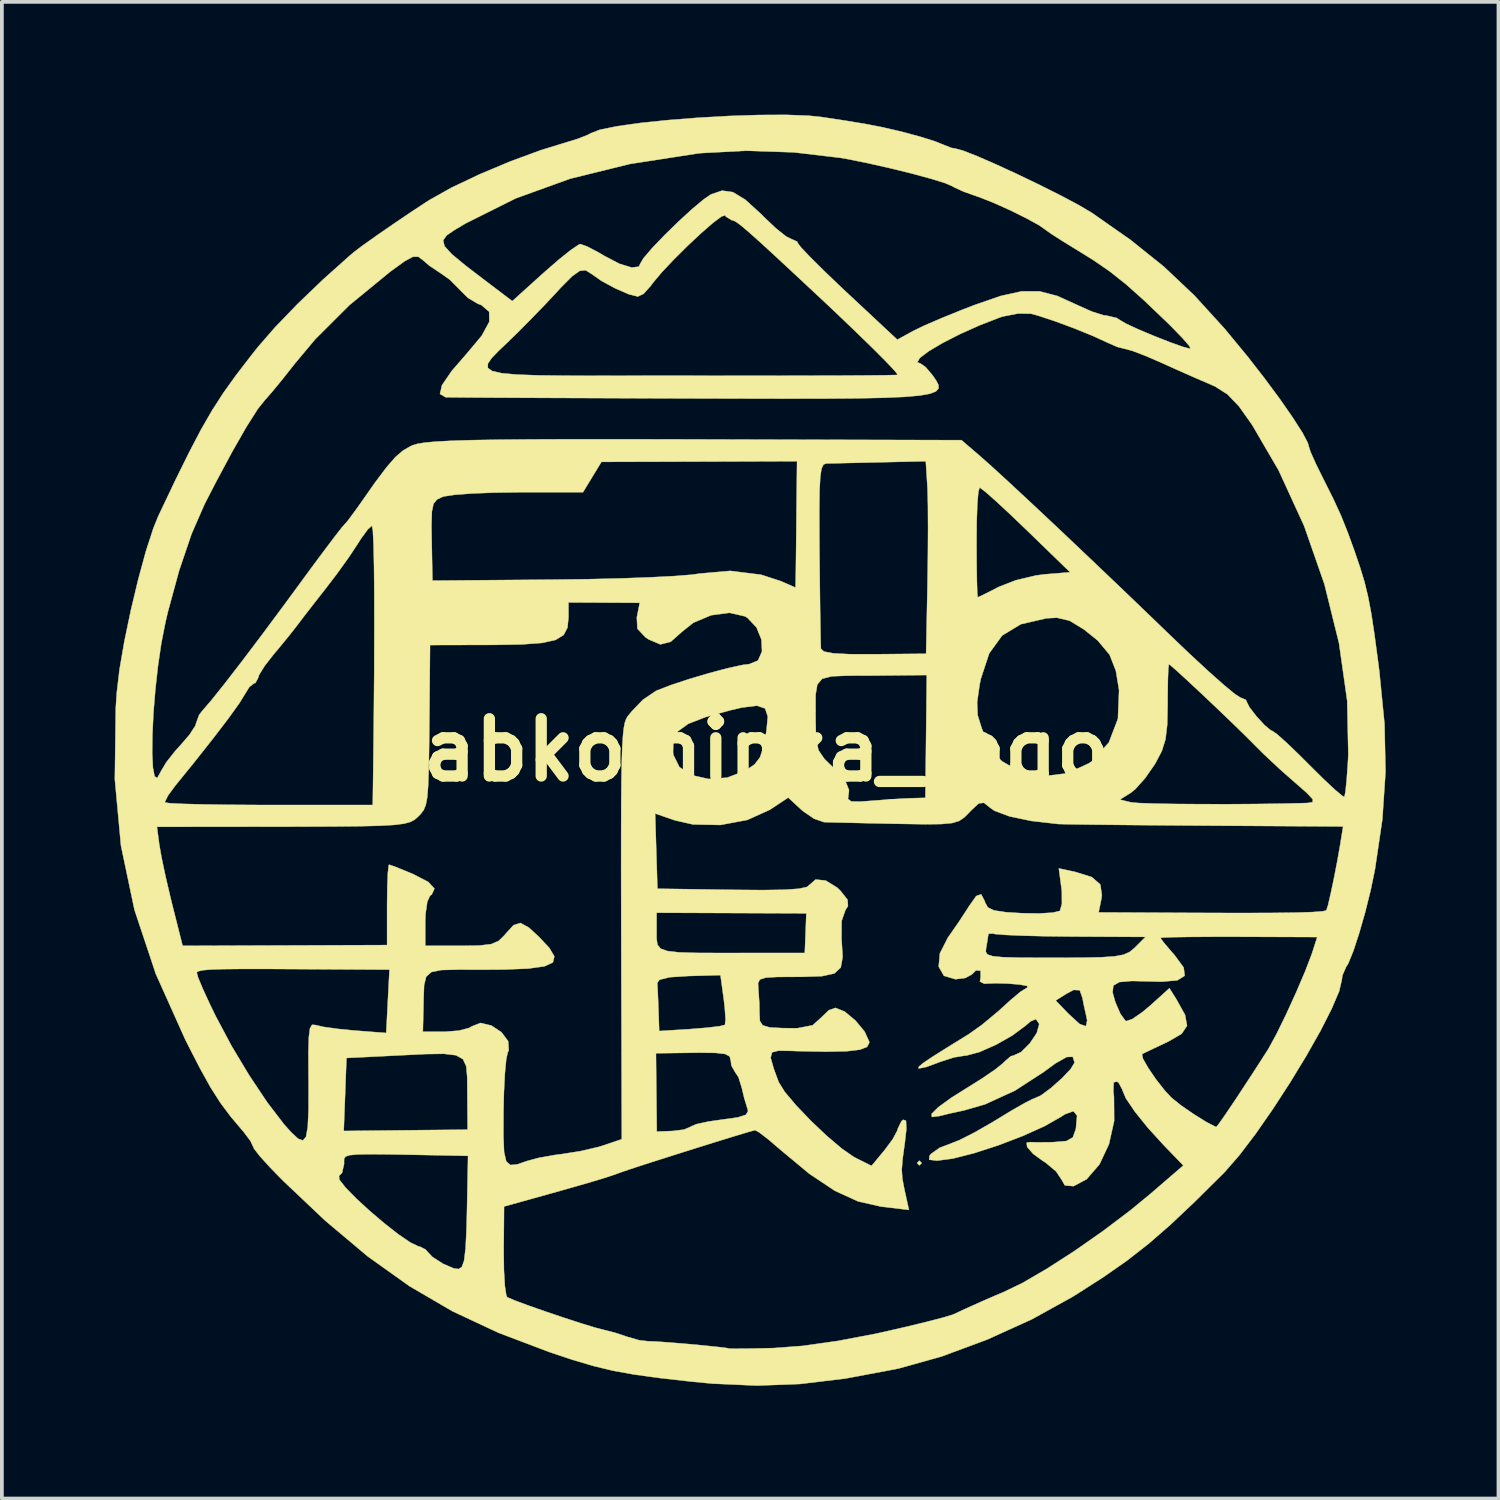
<source format=kicad_pcb>
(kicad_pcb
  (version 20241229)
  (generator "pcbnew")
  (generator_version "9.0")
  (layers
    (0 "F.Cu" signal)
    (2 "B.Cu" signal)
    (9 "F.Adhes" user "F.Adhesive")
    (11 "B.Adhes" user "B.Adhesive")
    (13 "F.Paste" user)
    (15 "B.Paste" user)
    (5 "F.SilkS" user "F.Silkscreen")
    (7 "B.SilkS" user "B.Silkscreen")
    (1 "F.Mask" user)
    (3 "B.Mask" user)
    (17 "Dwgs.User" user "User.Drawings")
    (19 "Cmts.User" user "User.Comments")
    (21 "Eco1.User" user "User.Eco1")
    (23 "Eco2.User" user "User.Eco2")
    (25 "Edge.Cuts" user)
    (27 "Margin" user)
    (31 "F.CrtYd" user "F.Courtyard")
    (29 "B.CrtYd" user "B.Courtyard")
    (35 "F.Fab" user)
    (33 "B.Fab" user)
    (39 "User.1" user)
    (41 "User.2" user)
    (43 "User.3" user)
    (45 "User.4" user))
  (footprint "fabkominka_logo"
    (layer "F.Cu")
    (at 16.899 16.904)
    (property "Reference" "fabkominka_logo" (at 0 0 0) (layer "F.SilkS") (effects (font (size 1.524 1.524) (thickness 0.3))))
    (attr through_hole)
    (fp_poly (pts (xy 4.572 10.986) (xy 4.508 11.049) (xy 4.445 10.986) (xy 4.508 10.922) (xy 4.572 10.986)) (stroke (width 0.01) (type solid)) (fill yes) (layer "F.SilkS"))
    (fp_poly (pts (xy 1.568 -16.876) (xy 1.905 -16.841) (xy 2.58 -16.739) (xy 3.083 -16.655) (xy 3.495 -16.575) (xy 3.895 -16.484) (xy 4.128 -16.427) (xy 4.571 -16.306) (xy 4.938 -16.189) (xy 5.11 -16.119) (xy 5.361 -16.02) (xy 5.466 -16.002) (xy 5.67 -15.947) (xy 6.048 -15.799) (xy 6.548 -15.581) (xy 7.119 -15.318) (xy 7.709 -15.034) (xy 8.268 -14.754) (xy 8.744 -14.501) (xy 9.086 -14.299) (xy 9.102 -14.289) (xy 10.126 -13.572) (xy 11.01 -12.863) (xy 11.821 -12.097) (xy 12.628 -11.211) (xy 13.234 -10.477) (xy 13.683 -9.9) (xy 14.097 -9.341) (xy 14.446 -8.839) (xy 14.704 -8.435) (xy 14.843 -8.17) (xy 14.859 -8.106) (xy 14.913 -7.936) (xy 15.056 -7.615) (xy 15.23 -7.262) (xy 15.516 -6.692) (xy 15.728 -6.231) (xy 15.913 -5.767) (xy 16.07 -5.334) (xy 16.227 -4.876) (xy 16.348 -4.48) (xy 16.444 -4.086) (xy 16.53 -3.634) (xy 16.616 -3.063) (xy 16.716 -2.315) (xy 16.744 -2.095) (xy 16.882 -0.697) (xy 16.909 0.579) (xy 16.825 1.84) (xy 16.628 3.175) (xy 16.515 3.723) (xy 16.369 4.31) (xy 16.208 4.872) (xy 16.052 5.348) (xy 15.919 5.675) (xy 15.859 5.772) (xy 15.76 5.998) (xy 15.748 6.104) (xy 15.676 6.414) (xy 15.476 6.884) (xy 15.175 7.475) (xy 14.796 8.144) (xy 14.366 8.85) (xy 13.91 9.552) (xy 13.454 10.208) (xy 13.022 10.776) (xy 12.639 11.216) (xy 12.603 11.253) (xy 11.837 12.013) (xy 11.187 12.627) (xy 10.602 13.136) (xy 10.028 13.584) (xy 9.414 14.013) (xy 8.707 14.466) (xy 8.572 14.55) (xy 7.501 15.142) (xy 6.311 15.682) (xy 5.1 16.131) (xy 3.967 16.448) (xy 3.873 16.468) (xy 2.533 16.719) (xy 1.333 16.863) (xy 0.188 16.906) (xy -0.99 16.854) (xy -1.524 16.803) (xy -2.388 16.706) (xy -3.068 16.613) (xy -3.637 16.511) (xy -4.164 16.384) (xy -4.72 16.219) (xy -5.334 16.014) (xy -6.691 15.5) (xy -7.915 14.927) (xy -9.056 14.261) (xy -10.167 13.469) (xy -11.299 12.517) (xy -12.409 11.466) (xy -12.546 11.327) (xy -10.93 11.327) (xy -10.923 11.426) (xy -10.756 11.639) (xy -10.472 11.929) (xy -10.114 12.258) (xy -9.726 12.588) (xy -9.352 12.881) (xy -9.033 13.099) (xy -8.814 13.204) (xy -8.782 13.208) (xy -8.624 13.287) (xy -8.615 13.303) (xy -8.448 13.482) (xy -8.162 13.666) (xy -7.875 13.789) (xy -7.747 13.805) (xy -7.662 13.748) (xy -7.603 13.581) (xy -7.571 13.316) (xy -6.55 13.316) (xy -6.543 13.836) (xy -6.519 14.253) (xy -6.48 14.507) (xy -6.456 14.554) (xy -6.27 14.635) (xy -5.911 14.769) (xy -5.446 14.932) (xy -4.943 15.102) (xy -4.472 15.255) (xy -4.101 15.368) (xy -3.921 15.414) (xy -3.565 15.506) (xy -3.281 15.602) (xy -2.945 15.699) (xy -2.709 15.726) (xy -2.501 15.733) (xy -2.14 15.759) (xy -1.697 15.795) (xy -1.246 15.837) (xy -0.858 15.877) (xy -0.606 15.908) (xy -0.551 15.921) (xy -0.424 15.925) (xy -0.1 15.923) (xy 0.361 15.914) (xy 0.619 15.908) (xy 1.401 15.85) (xy 2.337 15.718) (xy 3.346 15.526) (xy 3.491 15.494) (xy 4.136 15.347) (xy 4.705 15.209) (xy 5.144 15.095) (xy 5.401 15.017) (xy 5.432 15.004) (xy 5.744 14.858) (xy 6.16 14.671) (xy 6.553 14.5) (xy 6.731 14.426) (xy 7.251 14.176) (xy 7.906 13.794) (xy 8.641 13.32) (xy 9.399 12.79) (xy 10.125 12.241) (xy 10.657 11.803) (xy 11.53 11.05) (xy 11.004 10.505) (xy 10.585 10.045) (xy 10.239 9.615) (xy 10.001 9.263) (xy 9.906 9.038) (xy 9.906 9.03) (xy 9.813 8.855) (xy 9.763 8.817) (xy 9.677 8.839) (xy 9.669 9.078) (xy 9.685 9.222) (xy 9.69 9.865) (xy 9.552 10.484) (xy 9.299 11.022) (xy 8.957 11.417) (xy 8.609 11.601) (xy 8.378 11.58) (xy 8.291 11.426) (xy 8.145 11.208) (xy 7.866 10.974) (xy 7.797 10.931) (xy 7.533 10.739) (xy 7.376 10.559) (xy 7.361 10.443) (xy 7.461 10.429) (xy 7.639 10.435) (xy 7.965 10.432) (xy 8.081 10.429) (xy 8.423 10.399) (xy 8.591 10.303) (xy 8.668 10.089) (xy 8.673 10.065) (xy 8.703 9.726) (xy 8.609 9.605) (xy 8.378 9.689) (xy 8.278 9.754) (xy 7.843 10.002) (xy 7.264 10.263) (xy 6.614 10.512) (xy 5.967 10.722) (xy 5.398 10.867) (xy 4.979 10.922) (xy 4.978 10.922) (xy 4.769 10.897) (xy 4.777 10.795) (xy 4.816 10.744) (xy 5.047 10.58) (xy 5.307 10.481) (xy 5.576 10.375) (xy 5.98 10.17) (xy 6.443 9.904) (xy 6.558 9.834) (xy 6.983 9.576) (xy 7.325 9.381) (xy 7.528 9.279) (xy 7.555 9.271) (xy 7.739 9.189) (xy 8.012 8.987) (xy 8.301 8.73) (xy 8.534 8.484) (xy 8.636 8.314) (xy 8.636 8.308) (xy 8.588 8.158) (xy 8.427 8.165) (xy 8.127 8.335) (xy 7.807 8.569) (xy 7.051 9.059) (xy 6.254 9.424) (xy 5.696 9.585) (xy 5.334 9.663) (xy 5.052 9.733) (xy 5.048 9.734) (xy 4.84 9.761) (xy 4.834 9.677) (xy 5.011 9.501) (xy 5.354 9.251) (xy 5.747 9.004) (xy 6.182 8.732) (xy 6.534 8.491) (xy 6.742 8.323) (xy 6.769 8.291) (xy 6.941 8.143) (xy 7.008 8.128) (xy 7.216 8.032) (xy 7.446 7.802) (xy 7.63 7.528) (xy 7.695 7.301) (xy 7.688 7.268) (xy 7.608 7.157) (xy 7.468 7.215) (xy 7.331 7.333) (xy 6.982 7.592) (xy 6.542 7.841) (xy 6.104 8.034) (xy 5.759 8.126) (xy 5.716 8.128) (xy 5.426 8.176) (xy 5.055 8.295) (xy 4.993 8.32) (xy 4.69 8.431) (xy 4.503 8.469) (xy 4.483 8.463) (xy 4.498 8.418) (xy 4.614 8.322) (xy 4.862 8.155) (xy 5.271 7.898) (xy 5.825 7.556) (xy 6.172 7.309) (xy 6.608 6.947) (xy 6.923 6.661) (xy 8.135 6.661) (xy 8.473 7.013) (xy 8.772 7.287) (xy 8.938 7.346) (xy 8.972 7.191) (xy 8.948 7.073) (xy 8.878 6.761) (xy 8.848 6.597) (xy 8.795 6.445) (xy 9.648 6.445) (xy 9.721 6.705) (xy 9.855 7.014) (xy 9.986 7.196) (xy 10.011 7.21) (xy 10.171 7.156) (xy 10.442 6.97) (xy 10.651 6.795) (xy 11.16 6.335) (xy 11.345 6.628) (xy 11.577 7.046) (xy 11.629 7.332) (xy 11.486 7.547) (xy 11.136 7.751) (xy 11.089 7.774) (xy 10.738 7.939) (xy 10.496 8.055) (xy 10.431 8.087) (xy 10.453 8.204) (xy 10.592 8.449) (xy 10.8 8.755) (xy 11.034 9.053) (xy 11.216 9.249) (xy 11.464 9.448) (xy 11.804 9.683) (xy 12.141 9.893) (xy 12.384 10.018) (xy 12.408 10.026) (xy 12.484 9.931) (xy 12.665 9.671) (xy 12.919 9.294) (xy 13.039 9.112) (xy 13.335 8.66) (xy 13.593 8.262) (xy 13.768 7.988) (xy 13.799 7.938) (xy 14.007 7.557) (xy 14.266 7.028) (xy 14.535 6.438) (xy 14.775 5.875) (xy 14.946 5.428) (xy 14.963 5.376) (xy 15.092 4.974) (xy 13.007 4.966) (xy 12.312 4.966) (xy 11.715 4.97) (xy 11.258 4.977) (xy 10.983 4.987) (xy 10.922 4.996) (xy 10.998 5.105) (xy 11.192 5.335) (xy 11.301 5.459) (xy 11.54 5.785) (xy 11.567 6.003) (xy 11.372 6.125) (xy 10.945 6.162) (xy 10.72 6.156) (xy 10.167 6.142) (xy 9.829 6.171) (xy 9.668 6.265) (xy 9.648 6.445) (xy 8.795 6.445) (xy 8.775 6.388) (xy 8.613 6.38) (xy 8.417 6.484) (xy 8.135 6.661) (xy 6.923 6.661) (xy 6.936 6.649) (xy 7.194 6.432) (xy 7.391 6.31) (xy 7.37 6.272) (xy 7.172 6.237) (xy 6.872 6.212) (xy 6.546 6.202) (xy 6.27 6.213) (xy 6.238 6.217) (xy 6.119 6.158) (xy 6.138 6.042) (xy 6.137 5.871) (xy 6.015 5.859) (xy 5.905 5.969) (xy 5.733 6.062) (xy 5.468 6.096) (xy 5.162 6.005) (xy 5.022 5.76) (xy 5.055 5.405) (xy 5.074 5.369) (xy 6.275 5.369) (xy 6.322 5.438) (xy 6.459 5.483) (xy 6.724 5.509) (xy 7.154 5.521) (xy 7.787 5.524) (xy 8.102 5.524) (xy 8.832 5.522) (xy 9.353 5.511) (xy 9.708 5.486) (xy 9.942 5.442) (xy 10.1 5.371) (xy 10.225 5.269) (xy 10.247 5.247) (xy 10.524 4.97) (xy 8.549 4.96) (xy 7.862 4.952) (xy 7.265 4.937) (xy 6.802 4.917) (xy 6.522 4.894) (xy 6.462 4.88) (xy 6.349 4.886) (xy 6.341 4.914) (xy 6.311 5.114) (xy 6.283 5.271) (xy 6.275 5.369) (xy 5.074 5.369) (xy 5.269 4.985) (xy 5.292 4.953) (xy 5.553 4.578) (xy 5.788 4.219) (xy 5.824 4.16) (xy 6.02 3.883) (xy 6.152 3.836) (xy 6.246 4.015) (xy 6.257 4.053) (xy 6.328 4.184) (xy 6.495 4.265) (xy 6.814 4.313) (xy 7.231 4.339) (xy 7.694 4.346) (xy 8.056 4.324) (xy 8.243 4.279) (xy 8.248 4.275) (xy 8.3 4.091) (xy 8.298 3.765) (xy 8.286 3.657) (xy 8.218 3.147) (xy 8.649 3.239) (xy 9.095 3.378) (xy 9.322 3.575) (xy 9.364 3.866) (xy 9.349 3.962) (xy 9.277 4.318) (xy 11.782 4.33) (xy 12.921 4.334) (xy 13.821 4.332) (xy 14.498 4.324) (xy 14.966 4.309) (xy 15.241 4.288) (xy 15.335 4.264) (xy 15.379 4.128) (xy 15.452 3.813) (xy 15.541 3.39) (xy 15.63 2.93) (xy 15.704 2.508) (xy 15.781 2.032) (xy 12.113 2.009) (xy 11.162 2.002) (xy 10.285 1.995) (xy 9.517 1.987) (xy 8.891 1.98) (xy 8.444 1.973) (xy 8.21 1.967) (xy 8.191 1.966) (xy 7.482 1.884) (xy 6.904 1.763) (xy 6.506 1.614) (xy 6.393 1.535) (xy 6.226 1.402) (xy 6.088 1.418) (xy 5.888 1.603) (xy 5.841 1.653) (xy 5.704 1.791) (xy 5.566 1.885) (xy 5.38 1.941) (xy 5.096 1.968) (xy 4.665 1.973) (xy 4.04 1.963) (xy 3.873 1.96) (xy 3.23 1.947) (xy 2.662 1.934) (xy 2.226 1.924) (xy 1.981 1.917) (xy 1.967 1.916) (xy 1.706 1.825) (xy 1.404 1.618) (xy 1.366 1.584) (xy 1.02 1.264) (xy 0.529 1.588) (xy -0.068 1.858) (xy -0.784 1.992) (xy -1.513 1.978) (xy -1.991 1.87) (xy -2.521 1.687) (xy -2.46 3.688) (xy -0.469 3.717) (xy 0.337 3.724) (xy 0.918 3.715) (xy 1.301 3.688) (xy 1.514 3.642) (xy 1.582 3.588) (xy 1.748 3.443) (xy 2.018 3.471) (xy 2.323 3.659) (xy 2.41 3.743) (xy 2.598 3.981) (xy 2.609 4.15) (xy 2.543 4.251) (xy 2.44 4.544) (xy 2.437 5.031) (xy 2.441 5.073) (xy 2.467 5.505) (xy 2.417 5.784) (xy 2.249 5.942) (xy 1.921 6.014) (xy 1.391 6.032) (xy 1.243 6.032) (xy 0.728 6.035) (xy 0.419 6.054) (xy 0.265 6.103) (xy 0.217 6.2) (xy 0.225 6.35) (xy 0.251 6.735) (xy 0.255 7.017) (xy 0.266 7.208) (xy 0.34 7.322) (xy 0.528 7.378) (xy 0.883 7.397) (xy 1.266 7.398) (xy 1.669 7.32) (xy 1.884 7.127) (xy 2.1 6.92) (xy 2.278 6.858) (xy 2.522 6.956) (xy 2.807 7.193) (xy 3.05 7.486) (xy 3.172 7.751) (xy 3.175 7.786) (xy 3.117 7.896) (xy 2.925 7.97) (xy 2.571 8.012) (xy 2.025 8.023) (xy 1.26 8.008) (xy 1.1 8.002) (xy 0.764 7.996) (xy 0.588 8.041) (xy 0.552 8.186) (xy 0.637 8.483) (xy 0.767 8.835) (xy 0.928 9.093) (xy 1.232 9.454) (xy 1.624 9.863) (xy 2.048 10.265) (xy 2.449 10.604) (xy 2.77 10.827) (xy 2.805 10.845) (xy 3.236 11.06) (xy 3.583 10.642) (xy 3.8 10.349) (xy 3.923 10.12) (xy 3.934 10.072) (xy 4.032 9.871) (xy 4.078 9.834) (xy 4.153 9.859) (xy 4.162 10.087) (xy 4.123 10.43) (xy 4.063 10.872) (xy 4.04 11.161) (xy 4.055 11.396) (xy 4.108 11.675) (xy 4.135 11.799) (xy 4.231 12.232) (xy 3.488 12.144) (xy 2.881 12.007) (xy 2.259 11.723) (xy 1.581 11.271) (xy 0.825 10.643) (xy 0.5 10.365) (xy 0.251 10.173) (xy 0.138 10.11) (xy -0.036 10.158) (xy -0.395 10.266) (xy -0.886 10.417) (xy -1.452 10.594) (xy -2.038 10.779) (xy -2.589 10.954) (xy -3.049 11.103) (xy -3.363 11.208) (xy -3.429 11.232) (xy -3.651 11.311) (xy -3.911 11.395) (xy -4.253 11.498) (xy -4.721 11.633) (xy -5.36 11.813) (xy -5.905 11.965) (xy -6.54 12.141) (xy -6.55 13.316) (xy -7.571 13.316) (xy -7.564 13.265) (xy -7.539 12.76) (xy -7.527 12.286) (xy -7.498 10.795) (xy -8.035 10.784) (xy -8.941 10.766) (xy -9.625 10.754) (xy -10.117 10.75) (xy -10.448 10.757) (xy -10.651 10.777) (xy -10.756 10.813) (xy -10.794 10.868) (xy -10.797 10.944) (xy -10.795 11.007) (xy -10.849 11.245) (xy -10.93 11.327) (xy -12.546 11.327) (xy -12.766 11.101) (xy -13.041 10.798) (xy -13.192 10.603) (xy -13.208 10.564) (xy -13.285 10.4) (xy -13.472 10.151) (xy -13.494 10.126) (xy -13.819 9.741) (xy -14.091 9.376) (xy -14.349 8.97) (xy -14.631 8.462) (xy -14.976 7.79) (xy -15.02 7.702) (xy -15.806 5.95) (xy -15.818 5.912) (xy -14.716 5.912) (xy -14.684 6.038) (xy -14.559 6.339) (xy -14.363 6.765) (xy -14.212 7.075) (xy -13.791 7.867) (xy -13.318 8.655) (xy -12.838 9.374) (xy -12.392 9.956) (xy -12.195 10.175) (xy -12.019 10.338) (xy -11.892 10.385) (xy -11.809 10.289) (xy -11.781 10.132) (xy -10.805 10.132) (xy -9.158 10.114) (xy -7.51 10.097) (xy -7.517 9.119) (xy -7.52 8.704) (xy -7.546 8.411) (xy -7.633 8.222) (xy -7.819 8.118) (xy -8.14 8.08) (xy -8.636 8.087) (xy -9.342 8.122) (xy -9.461 8.128) (xy -10.732 8.191) (xy -10.768 9.162) (xy -10.805 10.132) (xy -11.781 10.132) (xy -11.762 10.025) (xy -11.741 9.566) (xy -11.74 8.886) (xy -11.742 8.664) (xy -11.745 8.042) (xy -11.733 7.634) (xy -11.703 7.402) (xy -11.648 7.308) (xy -11.563 7.313) (xy -11.562 7.313) (xy -11.339 7.364) (xy -10.951 7.418) (xy -10.521 7.46) (xy -9.675 7.525) (xy -9.632 6.683) (xy -9.588 5.841) (xy -11.938 5.827) (xy -12.84 5.822) (xy -13.52 5.822) (xy -14.011 5.827) (xy -14.344 5.838) (xy -14.553 5.856) (xy -14.668 5.883) (xy -14.716 5.912) (xy -15.818 5.912) (xy -16.372 4.249) (xy -16.731 2.543) (xy -16.777 2.041) (xy -15.774 2.041) (xy -15.712 2.513) (xy -15.652 2.855) (xy -15.547 3.352) (xy -15.416 3.913) (xy -15.371 4.096) (xy -15.091 5.207) (xy -12.372 5.197) (xy -9.652 5.187) (xy -9.652 4.117) (xy -9.646 3.632) (xy -9.631 3.262) (xy -9.608 3.065) (xy -9.599 3.048) (xy -9.462 3.094) (xy -9.17 3.211) (xy -8.964 3.297) (xy -8.556 3.507) (xy -8.392 3.685) (xy -8.463 3.842) (xy -8.509 3.873) (xy -8.583 4.036) (xy -8.629 4.363) (xy -8.636 4.579) (xy -8.636 5.207) (xy -7.693 5.207) (xy -7.196 5.199) (xy -6.883 5.162) (xy -6.685 5.078) (xy -6.53 4.927) (xy -6.5 4.889) (xy -6.288 4.657) (xy -6.105 4.599) (xy -5.882 4.72) (xy -5.612 4.968) (xy -5.332 5.267) (xy -5.202 5.49) (xy -5.24 5.649) (xy -5.464 5.752) (xy -5.892 5.812) (xy -6.542 5.838) (xy -7.122 5.842) (xy -7.77 5.84) (xy -8.206 5.851) (xy -8.473 5.905) (xy -8.612 6.029) (xy -8.667 6.253) (xy -8.68 6.603) (xy -8.685 6.889) (xy -8.7 7.492) (xy -8.122 7.493) (xy -7.741 7.463) (xy -7.461 7.389) (xy -7.401 7.35) (xy -7.164 7.259) (xy -6.876 7.328) (xy -6.608 7.506) (xy -6.431 7.743) (xy -6.415 7.987) (xy -6.441 8.038) (xy -6.482 8.221) (xy -6.518 8.6) (xy -6.544 9.116) (xy -6.555 9.62) (xy -6.557 10.268) (xy -6.539 10.696) (xy -6.482 10.941) (xy -6.371 11.038) (xy -6.188 11.021) (xy -5.934 10.933) (xy -5.625 10.849) (xy -5.195 10.772) (xy -4.995 10.746) (xy -4.503 10.668) (xy -4.024 10.556) (xy -3.885 10.513) (xy -3.408 10.351) (xy -3.412 8.954) (xy -3.414 8.065) (xy -2.499 8.065) (xy -2.477 10.148) (xy -2.058 10.133) (xy -1.754 10.096) (xy -1.583 10.024) (xy -1.578 10.018) (xy -1.428 9.952) (xy -1.102 9.881) (xy -0.751 9.831) (xy -0.326 9.772) (xy -0.108 9.703) (xy -0.049 9.605) (xy -0.065 9.54) (xy -0.15 9.261) (xy -0.216 8.983) (xy -0.304 8.702) (xy -0.397 8.562) (xy -0.493 8.392) (xy -0.508 8.266) (xy -0.536 8.152) (xy -0.655 8.085) (xy -0.914 8.055) (xy -1.364 8.05) (xy -1.504 8.052) (xy -2.499 8.065) (xy -3.414 8.065) (xy -3.417 7.164) (xy -3.42 6.191) (xy -2.464 6.191) (xy -2.452 6.41) (xy -2.437 6.768) (xy -2.432 6.912) (xy -2.413 7.474) (xy -1.566 7.42) (xy -1.129 7.384) (xy -0.805 7.345) (xy -0.664 7.31) (xy -0.648 7.164) (xy -0.669 6.85) (xy -0.696 6.621) (xy -0.783 5.987) (xy -1.63 6.01) (xy -2.133 6.042) (xy -2.403 6.109) (xy -2.464 6.191) (xy -3.42 6.191) (xy -3.421 5.611) (xy -3.423 4.826) (xy -2.482 4.826) (xy -2.482 5.031) (xy -2.457 5.181) (xy -2.372 5.283) (xy -2.194 5.346) (xy -1.886 5.381) (xy -1.414 5.395) (xy -0.743 5.398) (xy -0.254 5.397) (xy 1.46 5.397) (xy 1.481 4.87) (xy 1.501 4.343) (xy -0.491 4.335) (xy -2.482 4.327) (xy -2.482 4.826) (xy -3.423 4.826) (xy -3.424 4.278) (xy -3.426 3.146) (xy -3.425 2.199) (xy -3.423 1.419) (xy -3.417 0.788) (xy -3.408 0.29) (xy -3.4 0.056) (xy -2.044 0.056) (xy -2.036 0.127) (xy -1.876 0.451) (xy -1.542 0.669) (xy -1.098 0.768) (xy -0.605 0.733) (xy -0.127 0.551) (xy -0.115 0.544) (xy 0.123 0.382) (xy 0.269 0.193) (xy 0.365 -0.099) (xy 0.44 -0.508) (xy 0.476 -0.891) (xy 0.427 -1.04) (xy 1.747 -1.04) (xy 1.749 -0.713) (xy 1.761 -0.277) (xy 1.826 0.006) (xy 1.984 0.237) (xy 2.221 0.467) (xy 2.531 0.802) (xy 2.637 1.063) (xy 2.627 1.154) (xy 2.61 1.299) (xy 2.697 1.366) (xy 2.944 1.37) (xy 3.217 1.35) (xy 3.632 1.318) (xy 9.842 1.318) (xy 10.136 1.389) (xy 10.341 1.408) (xy 10.752 1.423) (xy 11.319 1.433) (xy 11.993 1.438) (xy 12.727 1.439) (xy 13.47 1.434) (xy 14.174 1.424) (xy 14.791 1.409) (xy 14.835 1.407) (xy 14.972 1.384) (xy 14.97 1.304) (xy 14.808 1.132) (xy 14.517 0.878) (xy 14.095 0.506) (xy 13.672 0.11) (xy 13.455 -0.106) (xy 13.184 -0.378) (xy 12.825 -0.728) (xy 12.419 -1.117) (xy 12.009 -1.505) (xy 11.636 -1.853) (xy 11.343 -2.121) (xy 11.172 -2.269) (xy 11.146 -2.286) (xy 11.131 -2.169) (xy 11.119 -1.857) (xy 11.113 -1.409) (xy 11.113 -1.238) (xy 11.102 -0.68) (xy 11.056 -0.288) (xy 10.958 0.026) (xy 10.788 0.349) (xy 10.769 0.381) (xy 10.512 0.75) (xy 10.248 1.044) (xy 10.134 1.135) (xy 9.842 1.318) (xy 3.632 1.318) (xy 3.688 1.313) (xy 4.123 1.287) (xy 4.271 1.281) (xy 4.668 1.27) (xy 4.697 -1.27) (xy 6.044 -1.27) (xy 6.06 -0.924) (xy 6.169 -0.575) (xy 6.211 -0.477) (xy 6.411 -0.091) (xy 6.633 0.223) (xy 6.701 0.293) (xy 7.208 0.588) (xy 7.814 0.695) (xy 8.443 0.617) (xy 9.02 0.351) (xy 9.099 0.295) (xy 9.548 -0.2) (xy 9.79 -0.833) (xy 9.821 -1.593) (xy 9.735 -2.113) (xy 9.568 -2.538) (xy 9.251 -2.917) (xy 8.883 -3.212) (xy 8.505 -3.442) (xy 8.169 -3.521) (xy 7.888 -3.506) (xy 7.209 -3.349) (xy 6.711 -3.048) (xy 6.366 -2.572) (xy 6.142 -1.893) (xy 6.11 -1.735) (xy 6.044 -1.27) (xy 4.697 -1.27) (xy 4.705 -1.996) (xy 3.241 -1.982) (xy 2.605 -1.98) (xy 2.179 -1.963) (xy 1.923 -1.897) (xy 1.793 -1.745) (xy 1.748 -1.471) (xy 1.747 -1.04) (xy 0.427 -1.04) (xy 0.404 -1.108) (xy 0.187 -1.181) (xy -0.21 -1.132) (xy -0.514 -1.061) (xy -1.187 -0.875) (xy -1.642 -0.698) (xy -1.913 -0.501) (xy -2.036 -0.259) (xy -2.044 0.056) (xy -3.4 0.056) (xy -3.395 -0.093) (xy -3.377 -0.378) (xy -3.355 -0.583) (xy -3.328 -0.725) (xy -3.295 -0.822) (xy -3.256 -0.89) (xy -3.21 -0.948) (xy -3.158 -1.012) (xy -3.147 -1.027) (xy -2.845 -1.34) (xy -2.5 -1.574) (xy -2.478 -1.584) (xy -2.106 -1.728) (xy -1.615 -1.89) (xy -1.082 -2.048) (xy -0.581 -2.181) (xy -0.19 -2.266) (xy -0.021 -2.286) (xy 0.215 -2.382) (xy 0.322 -2.624) (xy 0.307 -2.94) (xy 0.176 -3.262) (xy -0.065 -3.518) (xy -0.13 -3.558) (xy -0.542 -3.652) (xy -1.033 -3.587) (xy -1.506 -3.387) (xy -1.793 -3.159) (xy -2.109 -2.88) (xy -2.382 -2.812) (xy -2.692 -2.943) (xy -2.778 -3.001) (xy -2.993 -3.228) (xy -3.008 -3.53) (xy -3.002 -3.563) (xy -2.931 -3.918) (xy -3.879 -3.923) (xy -4.826 -3.928) (xy -4.826 -3.534) (xy -4.852 -3.26) (xy -4.954 -3.063) (xy -5.167 -2.931) (xy -5.526 -2.851) (xy -6.065 -2.811) (xy -6.82 -2.798) (xy -6.89 -2.798) (xy -8.509 -2.794) (xy -8.525 -1.016) (xy -8.533 -0.16) (xy -8.543 0.479) (xy -8.558 0.938) (xy -8.583 1.252) (xy -8.622 1.459) (xy -8.678 1.596) (xy -8.756 1.698) (xy -8.83 1.774) (xy -8.919 1.852) (xy -9.033 1.912) (xy -9.202 1.958) (xy -9.457 1.99) (xy -9.83 2.012) (xy -10.35 2.025) (xy -11.049 2.032) (xy -11.958 2.036) (xy -12.431 2.037) (xy -15.774 2.041) (xy -16.777 2.041) (xy -16.839 1.375) (xy -15.561 1.375) (xy -15.559 1.395) (xy -15.426 1.414) (xy -15.076 1.431) (xy -14.546 1.445) (xy -13.875 1.455) (xy -13.099 1.46) (xy -12.776 1.46) (xy -10.033 1.46) (xy -10.022 0.635) (xy -10.006 -0.754) (xy -9.995 -2.018) (xy -9.991 -3.141) (xy -9.992 -4.102) (xy -9.999 -4.884) (xy -10.012 -5.468) (xy -10.03 -5.836) (xy -10.053 -5.969) (xy -10.054 -5.969) (xy -10.166 -5.87) (xy -10.347 -5.622) (xy -10.429 -5.493) (xy -10.664 -5.137) (xy -10.984 -4.691) (xy -11.269 -4.318) (xy -11.583 -3.917) (xy -11.864 -3.555) (xy -12.038 -3.325) (xy -12.254 -3.049) (xy -12.544 -2.695) (xy -12.668 -2.548) (xy -12.908 -2.241) (xy -13.057 -1.999) (xy -13.081 -1.921) (xy -13.155 -1.785) (xy -13.188 -1.778) (xy -13.317 -1.677) (xy -13.431 -1.492) (xy -13.583 -1.246) (xy -13.876 -0.838) (xy -14.288 -0.3) (xy -14.793 0.339) (xy -15.289 0.95) (xy -15.478 1.207) (xy -15.561 1.375) (xy -16.839 1.375) (xy -16.894 0.776) (xy -16.885 0.091) (xy -15.9 0.091) (xy -15.881 0.469) (xy -15.837 0.698) (xy -15.767 0.744) (xy -15.671 0.573) (xy -15.666 0.561) (xy -15.526 0.325) (xy -15.278 0.012) (xy -15.154 -0.123) (xy -14.905 -0.413) (xy -14.753 -0.647) (xy -14.732 -0.717) (xy -14.652 -0.935) (xy -14.573 -1.039) (xy -14.337 -1.312) (xy -13.978 -1.761) (xy -13.518 -2.356) (xy -12.981 -3.066) (xy -12.39 -3.862) (xy -12.055 -4.318) (xy -11.651 -4.869) (xy -11.296 -5.346) (xy -11.02 -5.711) (xy -10.851 -5.927) (xy -10.813 -5.969) (xy -10.796 -5.988) (xy -8.471 -5.988) (xy -8.465 -5.564) (xy -8.445 -4.508) (xy -5.207 -4.535) (xy -4.286 -4.547) (xy -3.416 -4.568) (xy -2.638 -4.597) (xy -1.997 -4.63) (xy -1.535 -4.667) (xy -1.333 -4.696) (xy -0.525 -4.767) (xy 0.299 -4.665) (xy 0.824 -4.494) (xy 1.086 -4.38) (xy 1.211 -4.324) (xy 1.213 -4.323) (xy 1.216 -4.44) (xy 1.222 -4.765) (xy 1.228 -5.251) (xy 1.235 -5.851) (xy 1.236 -6.001) (xy 1.24 -6.389) (xy 1.846 -6.389) (xy 1.848 -5.653) (xy 1.851 -5.239) (xy 1.859 -4.479) (xy 1.867 -3.802) (xy 1.876 -3.251) (xy 1.883 -2.868) (xy 1.889 -2.697) (xy 1.968 -2.622) (xy 2.208 -2.575) (xy 2.64 -2.552) (xy 3.294 -2.55) (xy 3.296 -2.55) (xy 4.687 -2.563) (xy 4.725 -4.461) (xy 4.735 -5.193) (xy 4.737 -5.524) (xy 6.029 -5.524) (xy 6.032 -4.949) (xy 6.039 -4.481) (xy 6.049 -4.169) (xy 6.06 -4.064) (xy 6.178 -4.117) (xy 6.448 -4.252) (xy 6.619 -4.341) (xy 7.075 -4.518) (xy 7.612 -4.646) (xy 7.834 -4.675) (xy 8.518 -4.731) (xy 7.356 -5.858) (xy 6.912 -6.283) (xy 6.533 -6.634) (xy 6.255 -6.879) (xy 6.116 -6.983) (xy 6.11 -6.985) (xy 6.077 -6.866) (xy 6.05 -6.544) (xy 6.033 -6.068) (xy 6.029 -5.524) (xy 4.737 -5.524) (xy 4.739 -5.893) (xy 4.736 -6.494) (xy 4.726 -6.929) (xy 4.721 -7.021) (xy 4.679 -7.684) (xy 3.451 -7.656) (xy 2.899 -7.644) (xy 2.431 -7.633) (xy 2.112 -7.626) (xy 2.026 -7.624) (xy 1.957 -7.595) (xy 1.906 -7.49) (xy 1.873 -7.275) (xy 1.853 -6.919) (xy 1.846 -6.389) (xy 1.24 -6.389) (xy 1.254 -7.684) (xy -1.348 -7.675) (xy -3.949 -7.667) (xy -4.195 -7.263) (xy -4.441 -6.858) (xy -6.149 -6.858) (xy -6.81 -6.849) (xy -7.402 -6.826) (xy -7.867 -6.79) (xy -8.146 -6.747) (xy -8.171 -6.739) (xy -8.325 -6.666) (xy -8.416 -6.555) (xy -8.46 -6.348) (xy -8.471 -5.988) (xy -10.796 -5.988) (xy -10.696 -6.103) (xy -10.496 -6.373) (xy -10.377 -6.54) (xy -9.97 -7.12) (xy -9.665 -7.526) (xy -9.428 -7.797) (xy -9.225 -7.971) (xy -9.02 -8.088) (xy -8.98 -8.106) (xy -8.853 -8.145) (xy -8.653 -8.179) (xy -8.36 -8.206) (xy -7.957 -8.228) (xy -7.422 -8.245) (xy -6.738 -8.257) (xy -5.884 -8.265) (xy -4.842 -8.269) (xy -3.591 -8.269) (xy -2.114 -8.267) (xy -1.472 -8.265) (xy 5.629 -8.245) (xy 6.085 -7.854) (xy 6.425 -7.553) (xy 6.918 -7.101) (xy 7.537 -6.525) (xy 8.252 -5.854) (xy 9.034 -5.112) (xy 9.857 -4.328) (xy 10.69 -3.528) (xy 11.153 -3.081) (xy 11.704 -2.555) (xy 12.2 -2.096) (xy 12.61 -1.732) (xy 12.903 -1.49) (xy 13.047 -1.398) (xy 13.049 -1.398) (xy 13.197 -1.336) (xy 13.208 -1.302) (xy 13.287 -1.143) (xy 13.472 -0.903) (xy 13.688 -0.667) (xy 13.862 -0.522) (xy 13.901 -0.508) (xy 14.023 -0.423) (xy 14.28 -0.194) (xy 14.627 0.14) (xy 14.88 0.393) (xy 15.257 0.767) (xy 15.565 1.055) (xy 15.764 1.221) (xy 15.815 1.245) (xy 15.844 1.104) (xy 15.877 0.772) (xy 15.909 0.309) (xy 15.919 0.119) (xy 15.889 -1.314) (xy 15.672 -2.843) (xy 15.284 -4.412) (xy 14.743 -5.965) (xy 14.063 -7.446) (xy 13.36 -8.652) (xy 13.01 -9.146) (xy 12.701 -9.467) (xy 12.374 -9.674) (xy 12.279 -9.716) (xy 11.874 -9.891) (xy 11.362 -10.117) (xy 10.948 -10.304) (xy 10.525 -10.487) (xy 10.183 -10.618) (xy 9.996 -10.669) (xy 9.996 -10.669) (xy 9.776 -10.724) (xy 9.525 -10.833) (xy 9.135 -11.013) (xy 8.629 -11.219) (xy 8.105 -11.413) (xy 7.659 -11.56) (xy 7.475 -11.609) (xy 7.134 -11.614) (xy 6.725 -11.534) (xy 6.649 -11.509) (xy 6.107 -11.299) (xy 5.586 -11.065) (xy 5.124 -10.829) (xy 4.757 -10.611) (xy 4.521 -10.433) (xy 4.454 -10.317) (xy 4.54 -10.283) (xy 4.675 -10.188) (xy 4.857 -9.974) (xy 4.954 -9.835) (xy 5.014 -9.718) (xy 5.019 -9.621) (xy 4.949 -9.542) (xy 4.787 -9.479) (xy 4.514 -9.431) (xy 4.112 -9.396) (xy 3.561 -9.372) (xy 2.844 -9.357) (xy 1.941 -9.35) (xy 0.835 -9.349) (xy -0.493 -9.352) (xy -1.597 -9.355) (xy -2.845 -9.359) (xy -4.019 -9.364) (xy -5.092 -9.368) (xy -6.04 -9.372) (xy -6.838 -9.376) (xy -7.462 -9.38) (xy -7.886 -9.384) (xy -8.086 -9.386) (xy -8.096 -9.387) (xy -8.245 -9.475) (xy -8.191 -9.707) (xy -7.934 -10.084) (xy -7.863 -10.166) (xy -6.971 -10.166) (xy -6.856 -10.084) (xy -6.607 -10.026) (xy -6.207 -9.99) (xy -5.638 -9.969) (xy -4.882 -9.96) (xy -3.921 -9.959) (xy -2.738 -9.96) (xy -1.643 -9.96) (xy -0.48 -9.959) (xy 0.601 -9.959) (xy 1.574 -9.961) (xy 2.414 -9.963) (xy 3.094 -9.967) (xy 3.59 -9.972) (xy 3.876 -9.978) (xy 3.937 -9.982) (xy 3.849 -10.095) (xy 3.605 -10.352) (xy 3.235 -10.722) (xy 2.768 -11.176) (xy 2.236 -11.684) (xy 1.898 -12.002) (xy 1.191 -12.662) (xy 0.646 -13.168) (xy 0.24 -13.54) (xy -0.05 -13.798) (xy -0.246 -13.963) (xy -0.371 -14.054) (xy -0.449 -14.092) (xy -0.485 -14.097) (xy -0.643 -14.195) (xy -0.657 -14.226) (xy -0.755 -14.196) (xy -0.985 -14.023) (xy -1.302 -13.747) (xy -1.663 -13.409) (xy -2.025 -13.049) (xy -2.345 -12.71) (xy -2.579 -12.431) (xy -2.634 -12.354) (xy -2.827 -12.139) (xy -2.98 -12.065) (xy -3.225 -12.128) (xy -3.581 -12.283) (xy -3.947 -12.481) (xy -4.215 -12.668) (xy -4.367 -12.764) (xy -4.523 -12.751) (xy -4.73 -12.604) (xy -5.036 -12.296) (xy -5.183 -12.135) (xy -5.453 -11.848) (xy -5.82 -11.469) (xy -6.166 -11.119) (xy -6.452 -10.842) (xy -6.693 -10.612) (xy -6.872 -10.426) (xy -6.971 -10.279) (xy -6.971 -10.166) (xy -7.863 -10.166) (xy -7.547 -10.53) (xy -7.134 -11.023) (xy -6.932 -11.395) (xy -6.936 -11.661) (xy -7.142 -11.838) (xy -7.242 -11.876) (xy -7.502 -12.031) (xy -7.714 -12.243) (xy -7.985 -12.516) (xy -8.216 -12.679) (xy -8.527 -12.886) (xy -8.693 -13.029) (xy -8.82 -13.125) (xy -8.964 -13.124) (xy -9.183 -13.006) (xy -9.537 -12.75) (xy -9.571 -12.725) (xy -10.656 -11.835) (xy -11.561 -10.932) (xy -12.101 -10.287) (xy -12.417 -9.887) (xy -12.686 -9.559) (xy -12.858 -9.359) (xy -12.883 -9.335) (xy -13.089 -9.078) (xy -13.388 -8.608) (xy -13.768 -7.944) (xy -14.217 -7.105) (xy -14.508 -6.54) (xy -14.852 -5.753) (xy -15.184 -4.775) (xy -15.485 -3.67) (xy -15.55 -3.391) (xy -15.659 -2.836) (xy -15.748 -2.226) (xy -15.818 -1.594) (xy -15.868 -0.975) (xy -15.895 -0.401) (xy -15.9 0.091) (xy -16.885 0.091) (xy -16.87 -1.109) (xy -16.843 -1.524) (xy -16.77 -2.142) (xy -16.641 -2.893) (xy -16.47 -3.711) (xy -16.275 -4.529) (xy -16.071 -5.279) (xy -15.872 -5.894) (xy -15.739 -6.223) (xy -15.294 -7.159) (xy -14.924 -7.909) (xy -14.605 -8.519) (xy -14.308 -9.035) (xy -14.006 -9.504) (xy -13.672 -9.97) (xy -13.279 -10.481) (xy -13.091 -10.719) (xy -12.634 -11.245) (xy -12.037 -11.864) (xy -11.36 -12.514) (xy -10.666 -13.135) (xy -10.529 -13.251) (xy -10.316 -13.413) (xy -10.107 -13.561) (xy -8.161 -13.561) (xy -8.124 -13.406) (xy -7.934 -13.196) (xy -7.574 -12.897) (xy -7.129 -12.557) (xy -6.321 -11.944) (xy -5.48 -12.703) (xy -5.091 -13.042) (xy -4.766 -13.302) (xy -4.554 -13.445) (xy -4.51 -13.461) (xy -4.333 -13.399) (xy -4.031 -13.241) (xy -3.873 -13.148) (xy -3.468 -12.936) (xy -3.144 -12.837) (xy -2.952 -12.861) (xy -2.921 -12.933) (xy -2.833 -13.083) (xy -2.603 -13.352) (xy -2.278 -13.691) (xy -1.909 -14.052) (xy -1.543 -14.388) (xy -1.23 -14.65) (xy -1.035 -14.783) (xy -0.74 -14.883) (xy -0.453 -14.843) (xy -0.125 -14.644) (xy 0.293 -14.264) (xy 0.381 -14.175) (xy 0.701 -13.873) (xy 0.968 -13.662) (xy 1.111 -13.592) (xy 1.259 -13.527) (xy 1.27 -13.492) (xy 1.358 -13.375) (xy 1.6 -13.12) (xy 1.962 -12.76) (xy 2.412 -12.329) (xy 2.596 -12.156) (xy 3.922 -10.918) (xy 4.342 -11.149) (xy 4.644 -11.295) (xy 5.108 -11.495) (xy 5.658 -11.718) (xy 5.97 -11.838) (xy 6.675 -12.082) (xy 7.23 -12.204) (xy 7.707 -12.204) (xy 8.18 -12.081) (xy 8.72 -11.835) (xy 8.726 -11.832) (xy 9.097 -11.666) (xy 9.407 -11.568) (xy 9.495 -11.557) (xy 9.758 -11.496) (xy 9.849 -11.436) (xy 10.015 -11.339) (xy 10.343 -11.188) (xy 10.756 -11.015) (xy 11.175 -10.85) (xy 11.524 -10.726) (xy 11.724 -10.674) (xy 11.689 -10.752) (xy 11.505 -10.964) (xy 11.207 -11.271) (xy 11.077 -11.398) (xy 10.489 -11.96) (xy 10.012 -12.386) (xy 9.583 -12.727) (xy 9.141 -13.032) (xy 8.723 -13.291) (xy 8.329 -13.533) (xy 8.027 -13.726) (xy 7.878 -13.831) (xy 7.874 -13.835) (xy 7.693 -13.962) (xy 7.352 -14.149) (xy 6.926 -14.36) (xy 6.488 -14.557) (xy 6.114 -14.705) (xy 6.032 -14.733) (xy 5.681 -14.858) (xy 5.429 -14.973) (xy 5.39 -14.998) (xy 5.199 -15.081) (xy 4.818 -15.199) (xy 4.307 -15.338) (xy 3.725 -15.481) (xy 3.131 -15.615) (xy 2.583 -15.725) (xy 2.413 -15.755) (xy 1.172 -15.901) (xy -0.108 -15.944) (xy -1.3 -15.881) (xy -1.397 -15.87) (xy -3.188 -15.593) (xy -4.786 -15.199) (xy -6.231 -14.676) (xy -7.56 -14.012) (xy -7.854 -13.838) (xy -8.065 -13.694) (xy -8.161 -13.561) (xy -10.107 -13.561) (xy -9.954 -13.67) (xy -9.509 -13.978) (xy -9.045 -14.292) (xy -8.627 -14.568) (xy -8.53 -14.63) (xy -7.941 -14.961) (xy -7.192 -15.317) (xy -6.369 -15.662) (xy -5.559 -15.96) (xy -4.953 -16.146) (xy -4.579 -16.261) (xy -4.303 -16.37) (xy -4.241 -16.406) (xy -3.991 -16.503) (xy -3.534 -16.596) (xy -2.917 -16.683) (xy -2.184 -16.759) (xy -1.384 -16.822) (xy -0.562 -16.869) (xy 0.235 -16.895) (xy 0.96 -16.899) (xy 1.568 -16.876)) (stroke (width 0.01) (type solid)) (fill yes) (layer "F.SilkS")))
  (gr_rect
    (start -3 -3)
    (end 36.813 36.815)
    (stroke (width 0.1) (type default))
    (fill no)
    (layer "Edge.Cuts")))
</source>
